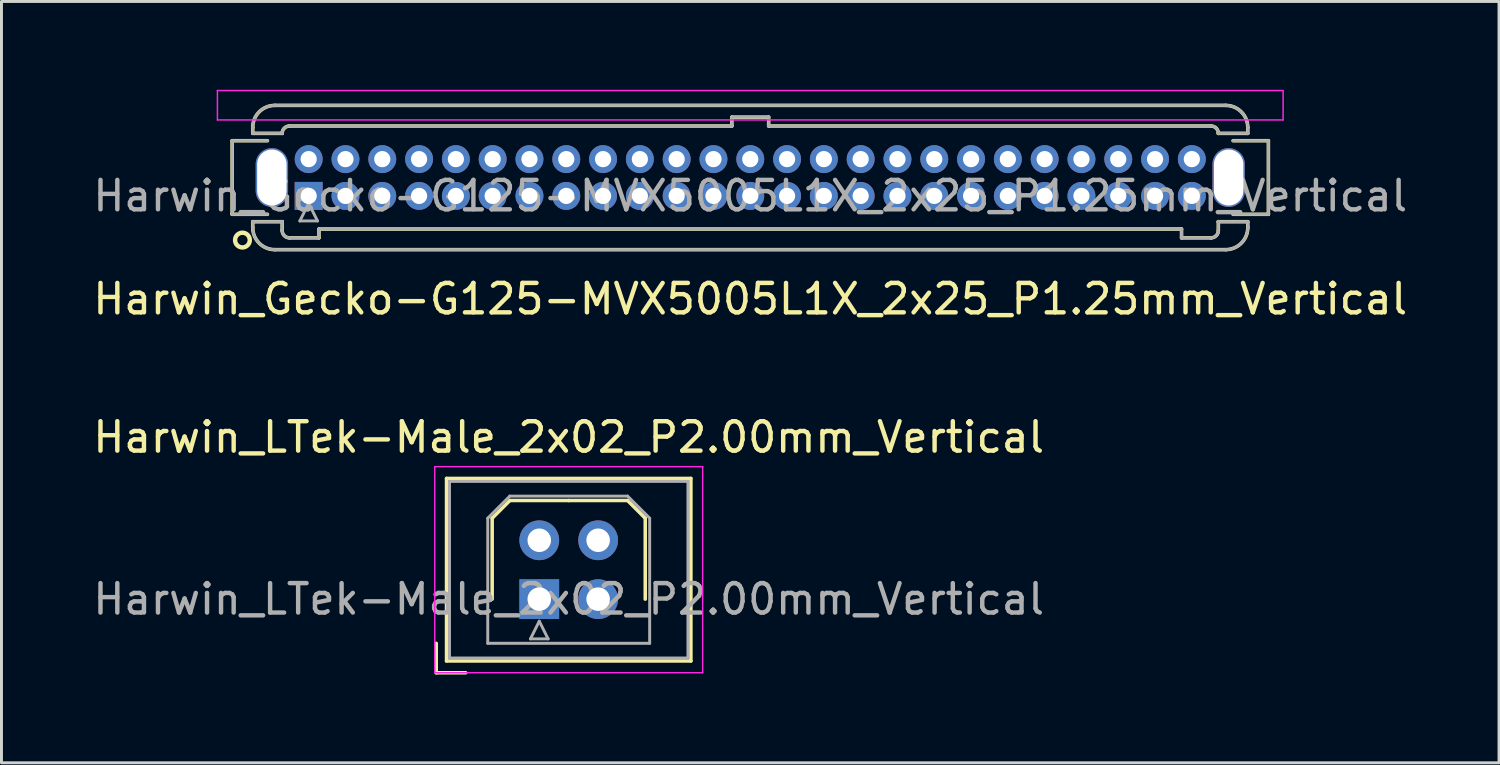
<source format=kicad_pcb>
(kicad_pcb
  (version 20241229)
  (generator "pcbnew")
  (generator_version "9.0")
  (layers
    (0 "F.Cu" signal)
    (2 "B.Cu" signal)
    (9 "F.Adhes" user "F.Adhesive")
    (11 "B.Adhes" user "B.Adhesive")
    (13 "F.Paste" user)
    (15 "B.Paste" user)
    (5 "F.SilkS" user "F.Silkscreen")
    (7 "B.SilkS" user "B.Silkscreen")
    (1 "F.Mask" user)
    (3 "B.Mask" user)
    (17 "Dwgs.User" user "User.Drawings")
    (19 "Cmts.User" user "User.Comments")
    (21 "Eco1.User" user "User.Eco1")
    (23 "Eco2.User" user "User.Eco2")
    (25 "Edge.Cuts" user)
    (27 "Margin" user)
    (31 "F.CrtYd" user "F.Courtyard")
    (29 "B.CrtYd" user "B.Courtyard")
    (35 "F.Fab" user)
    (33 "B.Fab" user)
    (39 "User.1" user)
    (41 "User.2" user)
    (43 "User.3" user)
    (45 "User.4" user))
  (footprint "Harwin_LTek-Male_2x02_P2.00mm_Vertical"
    (layer "F.Cu")
    (at 15.268 17.302)
    (property "Reference" "Harwin_LTek-Male_2x02_P2.00mm_Vertical" (at 1 -5.5 0) (layer "F.SilkS") (effects (font (size 1 1) (thickness 0.15))))
    (attr through_hole)
    (fp_line (start -3.5 1.5) (end -3.5 2.5) (stroke (width 0.12) (type solid)) (layer "F.SilkS"))
    (fp_line (start -3.5 2.5) (end -2.5 2.5) (stroke (width 0.12) (type solid)) (layer "F.SilkS"))
    (fp_line (start -3.15 -4.1) (end -3.15 2.1) (stroke (width 0.12) (type solid)) (layer "F.SilkS"))
    (fp_line (start -3.15 2.1) (end 5.15 2.1) (stroke (width 0.12) (type solid)) (layer "F.SilkS"))
    (fp_line (start -1.6 -2.75) (end -1 -3.35) (stroke (width 0.12) (type solid)) (layer "F.SilkS"))
    (fp_line (start -1.6 0) (end -1.6 -2.75) (stroke (width 0.12) (type solid)) (layer "F.SilkS"))
    (fp_line (start -1 -3.35) (end 1 -3.35) (stroke (width 0.12) (type solid)) (layer "F.SilkS"))
    (fp_line (start 3 -3.35) (end 1 -3.35) (stroke (width 0.12) (type solid)) (layer "F.SilkS"))
    (fp_line (start 3.6 -2.75) (end 3 -3.35) (stroke (width 0.12) (type solid)) (layer "F.SilkS"))
    (fp_line (start 3.6 0) (end 3.6 -2.75) (stroke (width 0.12) (type solid)) (layer "F.SilkS"))
    (fp_line (start 5.15 -4.1) (end -3.15 -4.1) (stroke (width 0.12) (type solid)) (layer "F.SilkS"))
    (fp_line (start 5.15 2.1) (end 5.15 -4.1) (stroke (width 0.12) (type solid)) (layer "F.SilkS"))
    (fp_line (start -3.55 -4.5) (end -3.55 2.5) (stroke (width 0.05) (type solid)) (layer "F.CrtYd"))
    (fp_line (start -3.55 2.5) (end 5.55 2.5) (stroke (width 0.05) (type solid)) (layer "F.CrtYd"))
    (fp_line (start 5.55 -4.5) (end -3.55 -4.5) (stroke (width 0.05) (type solid)) (layer "F.CrtYd"))
    (fp_line (start 5.55 2.5) (end 5.55 -4.5) (stroke (width 0.05) (type solid)) (layer "F.CrtYd"))
    (fp_line (start -3.05 -4) (end -3.05 2) (stroke (width 0.1) (type solid)) (layer "F.Fab"))
    (fp_line (start -3.05 2) (end 5.05 2) (stroke (width 0.1) (type solid)) (layer "F.Fab"))
    (fp_line (start -1.75 -2.75) (end -1 -3.5) (stroke (width 0.1) (type solid)) (layer "F.Fab"))
    (fp_line (start -1.75 1.5) (end -1.75 -2.75) (stroke (width 0.1) (type solid)) (layer "F.Fab"))
    (fp_line (start -1 -3.5) (end 3 -3.5) (stroke (width 0.1) (type solid)) (layer "F.Fab"))
    (fp_line (start -0.3 1.35) (end 0.3 1.35) (stroke (width 0.1) (type solid)) (layer "F.Fab"))
    (fp_line (start 0 0.75) (end -0.3 1.35) (stroke (width 0.1) (type solid)) (layer "F.Fab"))
    (fp_line (start 0.3 1.35) (end 0 0.75) (stroke (width 0.1) (type solid)) (layer "F.Fab"))
    (fp_line (start 3 -3.5) (end 3.75 -2.75) (stroke (width 0.1) (type solid)) (layer "F.Fab"))
    (fp_line (start 3.75 -2.75) (end 3.75 1.5) (stroke (width 0.1) (type solid)) (layer "F.Fab"))
    (fp_line (start 3.75 1.5) (end -1.75 1.5) (stroke (width 0.1) (type solid)) (layer "F.Fab"))
    (fp_line (start 5.05 -4) (end -3.05 -4) (stroke (width 0.1) (type solid)) (layer "F.Fab"))
    (fp_line (start 5.05 2) (end 5.05 -4) (stroke (width 0.1) (type solid)) (layer "F.Fab"))
    (fp_text user "${REFERENCE}" (at 1 0 0) (layer "F.Fab") (effects (font (size 1 1) (thickness 0.15))))
    (pad "1" thru_hole rect (at 0 0) (size 1.35 1.35) (drill 0.8) (layers "*.Cu" "*.Mask"))
    (pad "2" thru_hole circle (at 0 -2) (size 1.35 1.35) (drill 0.8) (layers "*.Cu" "*.Mask"))
    (pad "3" thru_hole circle (at 2 0) (size 1.35 1.35) (drill 0.8) (layers "*.Cu" "*.Mask"))
    (pad "4" thru_hole circle (at 2 -2) (size 1.35 1.35) (drill 0.8) (layers "*.Cu" "*.Mask")))
  (footprint "Harwin_Gecko-G125-MVX5005L1X_2x25_P1.25mm_Vertical"
    (layer "F.Cu")
    (at 7.435 3.605)
    (property "Reference" "Harwin_Gecko-G125-MVX5005L1X_2x25_P1.25mm_Vertical" (at 15 3.5 0) (layer "F.SilkS") (effects (font (size 1 1) (thickness 0.15))))
    (attr through_hole)
    (fp_line (start -2.6 -1.875) (end -2.6 0.625) (stroke (width 0.12) (type solid)) (layer "F.SilkS"))
    (fp_line (start -2.6 0.625) (end -1.4 0.625) (stroke (width 0.12) (type solid)) (layer "F.SilkS"))
    (fp_line (start -1.9 -2.325) (end -1.9 -2.125) (stroke (width 0.12) (type solid)) (layer "F.SilkS"))
    (fp_line (start -1.9 -2.125) (end -0.9 -2.125) (stroke (width 0.12) (type solid)) (layer "F.SilkS"))
    (fp_line (start -1.9 0.875) (end -0.9 0.875) (stroke (width 0.12) (type solid)) (layer "F.SilkS"))
    (fp_line (start -1.9 1.075) (end -1.9 0.875) (stroke (width 0.12) (type solid)) (layer "F.SilkS"))
    (fp_line (start -1.4 -1.875) (end -2.6 -1.875) (stroke (width 0.12) (type solid)) (layer "F.SilkS"))
    (fp_line (start -1.15 -3.075) (end 31.15 -3.075) (stroke (width 0.12) (type solid)) (layer "F.SilkS"))
    (fp_line (start -1.15 1.825) (end 31.15 1.825) (stroke (width 0.12) (type solid)) (layer "F.SilkS"))
    (fp_line (start -0.9 -2.125) (end -0.9 -2.125) (stroke (width 0.12) (type solid)) (layer "F.SilkS"))
    (fp_line (start -0.9 0.875) (end -0.9 0.875) (stroke (width 0.12) (type solid)) (layer "F.SilkS"))
    (fp_line (start -0.9 1.175) (end -0.9 0.875) (stroke (width 0.12) (type solid)) (layer "F.SilkS"))
    (fp_line (start -0.65 -2.375) (end 14.375 -2.375) (stroke (width 0.12) (type solid)) (layer "F.SilkS"))
    (fp_line (start -0.65 1.425) (end 0.35 1.425) (stroke (width 0.12) (type solid)) (layer "F.SilkS"))
    (fp_line (start 0.35 1.125) (end 29.65 1.125) (stroke (width 0.12) (type solid)) (layer "F.SilkS"))
    (fp_line (start 0.35 1.425) (end 0.35 1.125) (stroke (width 0.12) (type solid)) (layer "F.SilkS"))
    (fp_line (start 14.375 -2.675) (end 15.625 -2.675) (stroke (width 0.12) (type solid)) (layer "F.SilkS"))
    (fp_line (start 14.375 -2.375) (end 14.375 -2.675) (stroke (width 0.12) (type solid)) (layer "F.SilkS"))
    (fp_line (start 15.625 -2.675) (end 15.625 -2.375) (stroke (width 0.12) (type solid)) (layer "F.SilkS"))
    (fp_line (start 15.625 -2.375) (end 30.65 -2.375) (stroke (width 0.12) (type solid)) (layer "F.SilkS"))
    (fp_line (start 29.65 1.125) (end 29.65 1.425) (stroke (width 0.12) (type solid)) (layer "F.SilkS"))
    (fp_line (start 29.65 1.425) (end 30.65 1.425) (stroke (width 0.12) (type solid)) (layer "F.SilkS"))
    (fp_line (start 30.9 -2.125) (end 30.9 -2.125) (stroke (width 0.12) (type solid)) (layer "F.SilkS"))
    (fp_line (start 30.9 0.875) (end 30.9 0.875) (stroke (width 0.12) (type solid)) (layer "F.SilkS"))
    (fp_line (start 30.9 1.175) (end 30.9 0.875) (stroke (width 0.12) (type solid)) (layer "F.SilkS"))
    (fp_line (start 31.4 -1.875) (end 32.6 -1.875) (stroke (width 0.12) (type solid)) (layer "F.SilkS"))
    (fp_line (start 31.9 -2.325) (end 31.9 -2.125) (stroke (width 0.12) (type solid)) (layer "F.SilkS"))
    (fp_line (start 31.9 -2.125) (end 30.9 -2.125) (stroke (width 0.12) (type solid)) (layer "F.SilkS"))
    (fp_line (start 31.9 0.875) (end 30.9 0.875) (stroke (width 0.12) (type solid)) (layer "F.SilkS"))
    (fp_line (start 31.9 1.075) (end 31.9 0.875) (stroke (width 0.12) (type solid)) (layer "F.SilkS"))
    (fp_line (start 32.6 -1.875) (end 32.6 0.625) (stroke (width 0.12) (type solid)) (layer "F.SilkS"))
    (fp_line (start 32.6 0.625) (end 31.4 0.625) (stroke (width 0.12) (type solid)) (layer "F.SilkS"))
    (fp_arc (start -1.9 -2.325) (mid -1.68033 -2.85533) (end -1.15 -3.075) (stroke (width 0.12) (type solid)) (layer "F.SilkS"))
    (fp_arc (start -1.15 1.825) (mid -1.68033 1.60533) (end -1.9 1.075) (stroke (width 0.12) (type solid)) (layer "F.SilkS"))
    (fp_arc (start -0.9 -2.125) (mid -0.826777 -2.301777) (end -0.65 -2.375) (stroke (width 0.12) (type solid)) (layer "F.SilkS"))
    (fp_arc (start -0.65 1.425) (mid -0.826777 1.351777) (end -0.9 1.175) (stroke (width 0.12) (type solid)) (layer "F.SilkS"))
    (fp_arc (start 30.65 -2.375) (mid 30.826777 -2.301777) (end 30.9 -2.125) (stroke (width 0.12) (type solid)) (layer "F.SilkS"))
    (fp_arc (start 30.9 1.175) (mid 30.826777 1.351777) (end 30.65 1.425) (stroke (width 0.12) (type solid)) (layer "F.SilkS"))
    (fp_arc (start 31.15 -3.075) (mid 31.68033 -2.85533) (end 31.9 -2.325) (stroke (width 0.12) (type solid)) (layer "F.SilkS"))
    (fp_arc (start 31.9 1.075) (mid 31.68033 1.60533) (end 31.15 1.825) (stroke (width 0.12) (type solid)) (layer "F.SilkS"))
    (fp_circle (center -2.25 1.5) (end -2 1.5) (stroke (width 0.15) (type solid)) (fill no) (layer "F.SilkS"))
    (fp_line (start -3.1 -3.58) (end -3.1 -2.58) (stroke (width 0.05) (type solid)) (layer "F.CrtYd"))
    (fp_line (start -3.1 -2.58) (end 33.1 -2.58) (stroke (width 0.05) (type solid)) (layer "F.CrtYd"))
    (fp_line (start 33.1 -3.58) (end -3.1 -3.58) (stroke (width 0.05) (type solid)) (layer "F.CrtYd"))
    (fp_line (start 33.1 -2.58) (end 33.1 -3.58) (stroke (width 0.05) (type solid)) (layer "F.CrtYd"))
    (fp_line (start -2.6 -1.875) (end -2.6 0.625) (stroke (width 0.1) (type solid)) (layer "F.Fab"))
    (fp_line (start -2.6 0.625) (end -1.4 0.625) (stroke (width 0.1) (type solid)) (layer "F.Fab"))
    (fp_line (start -1.9 -2.325) (end -1.9 -2.125) (stroke (width 0.1) (type solid)) (layer "F.Fab"))
    (fp_line (start -1.9 -2.125) (end -0.9 -2.125) (stroke (width 0.1) (type solid)) (layer "F.Fab"))
    (fp_line (start -1.9 0.875) (end -0.9 0.875) (stroke (width 0.1) (type solid)) (layer "F.Fab"))
    (fp_line (start -1.9 1.075) (end -1.9 0.875) (stroke (width 0.1) (type solid)) (layer "F.Fab"))
    (fp_line (start -1.4 -1.875) (end -2.6 -1.875) (stroke (width 0.1) (type solid)) (layer "F.Fab"))
    (fp_line (start -1.15 -3.075) (end 31.15 -3.075) (stroke (width 0.1) (type solid)) (layer "F.Fab"))
    (fp_line (start -1.15 1.825) (end 31.15 1.825) (stroke (width 0.1) (type solid)) (layer "F.Fab"))
    (fp_line (start -0.9 -2.125) (end -0.9 -2.125) (stroke (width 0.1) (type solid)) (layer "F.Fab"))
    (fp_line (start -0.9 0.875) (end -0.9 0.875) (stroke (width 0.1) (type solid)) (layer "F.Fab"))
    (fp_line (start -0.9 1.175) (end -0.9 0.875) (stroke (width 0.1) (type solid)) (layer "F.Fab"))
    (fp_line (start -0.65 -2.375) (end 14.375 -2.375) (stroke (width 0.1) (type solid)) (layer "F.Fab"))
    (fp_line (start -0.65 1.425) (end 0.35 1.425) (stroke (width 0.1) (type solid)) (layer "F.Fab"))
    (fp_line (start -0.3 0.85) (end 0.3 0.85) (stroke (width 0.1) (type solid)) (layer "F.Fab"))
    (fp_line (start 0 0.25) (end -0.3 0.85) (stroke (width 0.1) (type solid)) (layer "F.Fab"))
    (fp_line (start 0.3 0.85) (end 0 0.25) (stroke (width 0.1) (type solid)) (layer "F.Fab"))
    (fp_line (start 0.35 1.125) (end 29.65 1.125) (stroke (width 0.1) (type solid)) (layer "F.Fab"))
    (fp_line (start 0.35 1.425) (end 0.35 1.125) (stroke (width 0.1) (type solid)) (layer "F.Fab"))
    (fp_line (start 14.375 -2.675) (end 15.625 -2.675) (stroke (width 0.1) (type solid)) (layer "F.Fab"))
    (fp_line (start 14.375 -2.375) (end 14.375 -2.675) (stroke (width 0.1) (type solid)) (layer "F.Fab"))
    (fp_line (start 15.625 -2.675) (end 15.625 -2.375) (stroke (width 0.1) (type solid)) (layer "F.Fab"))
    (fp_line (start 15.625 -2.375) (end 30.65 -2.375) (stroke (width 0.1) (type solid)) (layer "F.Fab"))
    (fp_line (start 29.65 1.125) (end 29.65 1.425) (stroke (width 0.1) (type solid)) (layer "F.Fab"))
    (fp_line (start 29.65 1.425) (end 30.65 1.425) (stroke (width 0.1) (type solid)) (layer "F.Fab"))
    (fp_line (start 30.9 -2.125) (end 30.9 -2.125) (stroke (width 0.1) (type solid)) (layer "F.Fab"))
    (fp_line (start 30.9 0.875) (end 30.9 0.875) (stroke (width 0.1) (type solid)) (layer "F.Fab"))
    (fp_line (start 30.9 1.175) (end 30.9 0.875) (stroke (width 0.1) (type solid)) (layer "F.Fab"))
    (fp_line (start 31.4 -1.875) (end 32.6 -1.875) (stroke (width 0.1) (type solid)) (layer "F.Fab"))
    (fp_line (start 31.9 -2.325) (end 31.9 -2.125) (stroke (width 0.1) (type solid)) (layer "F.Fab"))
    (fp_line (start 31.9 -2.125) (end 30.9 -2.125) (stroke (width 0.1) (type solid)) (layer "F.Fab"))
    (fp_line (start 31.9 0.875) (end 30.9 0.875) (stroke (width 0.1) (type solid)) (layer "F.Fab"))
    (fp_line (start 31.9 1.075) (end 31.9 0.875) (stroke (width 0.1) (type solid)) (layer "F.Fab"))
    (fp_line (start 32.6 -1.875) (end 32.6 0.625) (stroke (width 0.1) (type solid)) (layer "F.Fab"))
    (fp_line (start 32.6 0.625) (end 31.4 0.625) (stroke (width 0.1) (type solid)) (layer "F.Fab"))
    (fp_arc (start -1.9 -2.325) (mid -1.68033 -2.85533) (end -1.15 -3.075) (stroke (width 0.1) (type solid)) (layer "F.Fab"))
    (fp_arc (start -1.15 1.825) (mid -1.68033 1.60533) (end -1.9 1.075) (stroke (width 0.1) (type solid)) (layer "F.Fab"))
    (fp_arc (start -0.9 -2.125) (mid -0.826777 -2.301777) (end -0.65 -2.375) (stroke (width 0.1) (type solid)) (layer "F.Fab"))
    (fp_arc (start -0.65 1.425) (mid -0.826777 1.351777) (end -0.9 1.175) (stroke (width 0.1) (type solid)) (layer "F.Fab"))
    (fp_arc (start 30.65 -2.375) (mid 30.826777 -2.301777) (end 30.9 -2.125) (stroke (width 0.1) (type solid)) (layer "F.Fab"))
    (fp_arc (start 30.9 1.175) (mid 30.826777 1.351777) (end 30.65 1.425) (stroke (width 0.1) (type solid)) (layer "F.Fab"))
    (fp_arc (start 31.15 -3.075) (mid 31.68033 -2.85533) (end 31.9 -2.325) (stroke (width 0.1) (type solid)) (layer "F.Fab"))
    (fp_arc (start 31.9 1.075) (mid 31.68033 1.60533) (end 31.15 1.825) (stroke (width 0.1) (type solid)) (layer "F.Fab"))
    (fp_text user "${REFERENCE}" (at 15 0 0) (layer "F.Fab") (effects (font (size 1 1) (thickness 0.15))))
    (pad "" np_thru_hole oval (at -1.25 -0.625) (size 1.1 2) (drill oval 1 1.9) (layers "*.Cu" "*.Mask"))
    (pad "" np_thru_hole oval (at 31.25 -0.625) (size 1.1 2) (drill oval 1 1.9) (layers "*.Cu" "*.Mask"))
    (pad "1" thru_hole rect (at 0 0) (size 0.95 0.95) (drill 0.55) (layers "*.Cu" "*.Mask"))
    (pad "2" thru_hole circle (at 0 -1.25) (size 0.95 0.95) (drill 0.55) (layers "*.Cu" "*.Mask"))
    (pad "3" thru_hole circle (at 1.25 0) (size 0.95 0.95) (drill 0.55) (layers "*.Cu" "*.Mask"))
    (pad "4" thru_hole circle (at 1.25 -1.25) (size 0.95 0.95) (drill 0.55) (layers "*.Cu" "*.Mask"))
    (pad "5" thru_hole circle (at 2.5 0) (size 0.95 0.95) (drill 0.55) (layers "*.Cu" "*.Mask"))
    (pad "6" thru_hole circle (at 2.5 -1.25) (size 0.95 0.95) (drill 0.55) (layers "*.Cu" "*.Mask"))
    (pad "7" thru_hole circle (at 3.75 0) (size 0.95 0.95) (drill 0.55) (layers "*.Cu" "*.Mask"))
    (pad "8" thru_hole circle (at 3.75 -1.25) (size 0.95 0.95) (drill 0.55) (layers "*.Cu" "*.Mask"))
    (pad "9" thru_hole circle (at 5 0) (size 0.95 0.95) (drill 0.55) (layers "*.Cu" "*.Mask"))
    (pad "10" thru_hole circle (at 5 -1.25) (size 0.95 0.95) (drill 0.55) (layers "*.Cu" "*.Mask"))
    (pad "11" thru_hole circle (at 6.25 0) (size 0.95 0.95) (drill 0.55) (layers "*.Cu" "*.Mask"))
    (pad "12" thru_hole circle (at 6.25 -1.25) (size 0.95 0.95) (drill 0.55) (layers "*.Cu" "*.Mask"))
    (pad "13" thru_hole circle (at 7.5 0) (size 0.95 0.95) (drill 0.55) (layers "*.Cu" "*.Mask"))
    (pad "14" thru_hole circle (at 7.5 -1.25) (size 0.95 0.95) (drill 0.55) (layers "*.Cu" "*.Mask"))
    (pad "15" thru_hole circle (at 8.75 0) (size 0.95 0.95) (drill 0.55) (layers "*.Cu" "*.Mask"))
    (pad "16" thru_hole circle (at 8.75 -1.25) (size 0.95 0.95) (drill 0.55) (layers "*.Cu" "*.Mask"))
    (pad "17" thru_hole circle (at 10 0) (size 0.95 0.95) (drill 0.55) (layers "*.Cu" "*.Mask"))
    (pad "18" thru_hole circle (at 10 -1.25) (size 0.95 0.95) (drill 0.55) (layers "*.Cu" "*.Mask"))
    (pad "19" thru_hole circle (at 11.25 0) (size 0.95 0.95) (drill 0.55) (layers "*.Cu" "*.Mask"))
    (pad "20" thru_hole circle (at 11.25 -1.25) (size 0.95 0.95) (drill 0.55) (layers "*.Cu" "*.Mask"))
    (pad "21" thru_hole circle (at 12.5 0) (size 0.95 0.95) (drill 0.55) (layers "*.Cu" "*.Mask"))
    (pad "22" thru_hole circle (at 12.5 -1.25) (size 0.95 0.95) (drill 0.55) (layers "*.Cu" "*.Mask"))
    (pad "23" thru_hole circle (at 13.75 0) (size 0.95 0.95) (drill 0.55) (layers "*.Cu" "*.Mask"))
    (pad "24" thru_hole circle (at 13.75 -1.25) (size 0.95 0.95) (drill 0.55) (layers "*.Cu" "*.Mask"))
    (pad "25" thru_hole circle (at 15 0) (size 0.95 0.95) (drill 0.55) (layers "*.Cu" "*.Mask"))
    (pad "26" thru_hole circle (at 15 -1.25) (size 0.95 0.95) (drill 0.55) (layers "*.Cu" "*.Mask"))
    (pad "27" thru_hole circle (at 16.25 0) (size 0.95 0.95) (drill 0.55) (layers "*.Cu" "*.Mask"))
    (pad "28" thru_hole circle (at 16.25 -1.25) (size 0.95 0.95) (drill 0.55) (layers "*.Cu" "*.Mask"))
    (pad "29" thru_hole circle (at 17.5 0) (size 0.95 0.95) (drill 0.55) (layers "*.Cu" "*.Mask"))
    (pad "30" thru_hole circle (at 17.5 -1.25) (size 0.95 0.95) (drill 0.55) (layers "*.Cu" "*.Mask"))
    (pad "31" thru_hole circle (at 18.75 0) (size 0.95 0.95) (drill 0.55) (layers "*.Cu" "*.Mask"))
    (pad "32" thru_hole circle (at 18.75 -1.25) (size 0.95 0.95) (drill 0.55) (layers "*.Cu" "*.Mask"))
    (pad "33" thru_hole circle (at 20 0) (size 0.95 0.95) (drill 0.55) (layers "*.Cu" "*.Mask"))
    (pad "34" thru_hole circle (at 20 -1.25) (size 0.95 0.95) (drill 0.55) (layers "*.Cu" "*.Mask"))
    (pad "35" thru_hole circle (at 21.25 0) (size 0.95 0.95) (drill 0.55) (layers "*.Cu" "*.Mask"))
    (pad "36" thru_hole circle (at 21.25 -1.25) (size 0.95 0.95) (drill 0.55) (layers "*.Cu" "*.Mask"))
    (pad "37" thru_hole circle (at 22.5 0) (size 0.95 0.95) (drill 0.55) (layers "*.Cu" "*.Mask"))
    (pad "38" thru_hole circle (at 22.5 -1.25) (size 0.95 0.95) (drill 0.55) (layers "*.Cu" "*.Mask"))
    (pad "39" thru_hole circle (at 23.75 0) (size 0.95 0.95) (drill 0.55) (layers "*.Cu" "*.Mask"))
    (pad "40" thru_hole circle (at 23.75 -1.25) (size 0.95 0.95) (drill 0.55) (layers "*.Cu" "*.Mask"))
    (pad "41" thru_hole circle (at 25 0) (size 0.95 0.95) (drill 0.55) (layers "*.Cu" "*.Mask"))
    (pad "42" thru_hole circle (at 25 -1.25) (size 0.95 0.95) (drill 0.55) (layers "*.Cu" "*.Mask"))
    (pad "43" thru_hole circle (at 26.25 0) (size 0.95 0.95) (drill 0.55) (layers "*.Cu" "*.Mask"))
    (pad "44" thru_hole circle (at 26.25 -1.25) (size 0.95 0.95) (drill 0.55) (layers "*.Cu" "*.Mask"))
    (pad "45" thru_hole circle (at 27.5 0) (size 0.95 0.95) (drill 0.55) (layers "*.Cu" "*.Mask"))
    (pad "46" thru_hole circle (at 27.5 -1.25) (size 0.95 0.95) (drill 0.55) (layers "*.Cu" "*.Mask"))
    (pad "47" thru_hole circle (at 28.75 0) (size 0.95 0.95) (drill 0.55) (layers "*.Cu" "*.Mask"))
    (pad "48" thru_hole circle (at 28.75 -1.25) (size 0.95 0.95) (drill 0.55) (layers "*.Cu" "*.Mask"))
    (pad "49" thru_hole circle (at 30 0) (size 0.95 0.95) (drill 0.55) (layers "*.Cu" "*.Mask"))
    (pad "50" thru_hole circle (at 30 -1.25) (size 0.95 0.95) (drill 0.55) (layers "*.Cu" "*.Mask")))
  (gr_rect
    (start -3 -3)
    (end 47.869 22.861)
    (stroke (width 0.1) (type default))
    (fill no)
    (layer "Edge.Cuts")))
</source>
